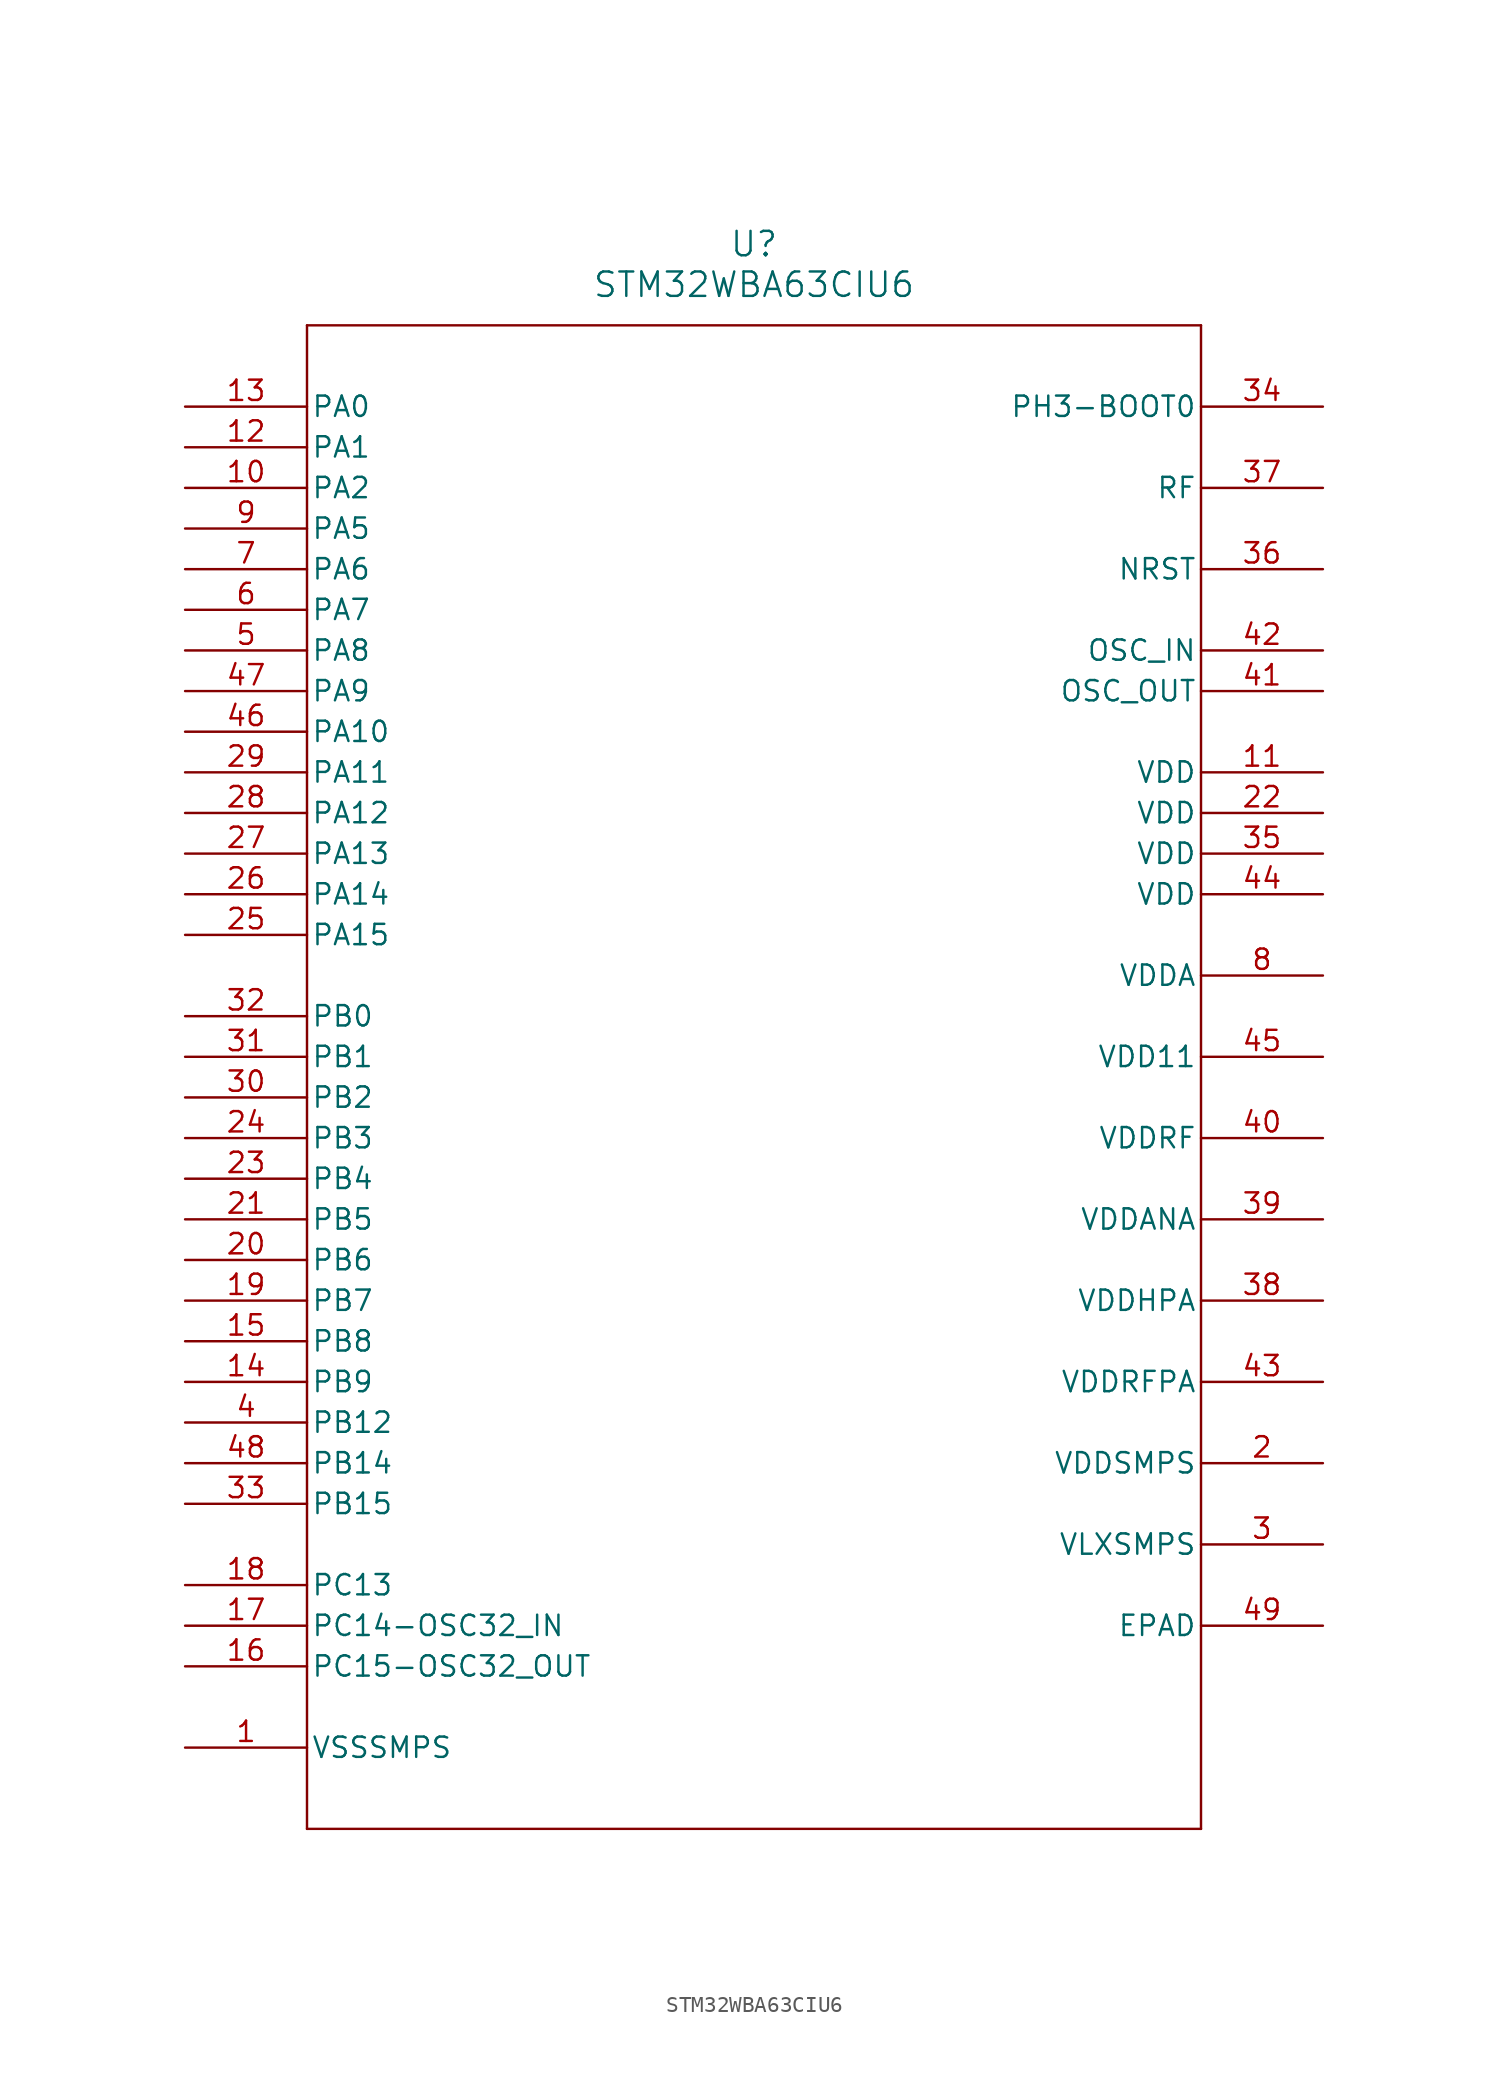
<source format=kicad_sym>
(kicad_symbol_lib
  (version 20211014)
  (generator kicad_symbol_editor)
  (symbol "STM32WBA63CIU6"
    (pin_names
      (offset 0.254))
    (property "Reference" "U"
      (at 35.56 10.16 0)
      (effects (font (size 1.524 1.524))))
    (property "Value" "STM32WBA63CIU6"
      (at 35.56 7.62 0)
      (effects (font (size 1.524 1.524))))
    (symbol "STM32WBA63CIU6_0_1"
      (polyline (pts (xy 7.62 5.08) (xy 7.62 -88.9)) (stroke (width 0) (type default) (color 0 0 0 0)) (fill (type none)))
      (polyline (pts (xy 7.62 -88.9) (xy 63.5 -88.9)) (stroke (width 0) (type default) (color 0 0 0 0)) (fill (type none)))
      (polyline (pts (xy 63.5 -88.9) (xy 63.5 5.08)) (stroke (width 0) (type default) (color 0 0 0 0)) (fill (type none)))
      (polyline (pts (xy 63.5 5.08) (xy 7.62 5.08)) (stroke (width 0) (type default) (color 0 0 0 0)) (fill (type none)))
      (pin power_in line (at 0 -83.82 0) (length 7.62) (name "VSSSMPS" (effects (font (size 1.27 1.27)))) (number "1" (effects (font (size 1.27 1.27)))))
      (pin power_in line (at 71.12 -66.04 180) (length 7.62) (name "VDDSMPS" (effects (font (size 1.27 1.27)))) (number "2" (effects (font (size 1.27 1.27)))))
      (pin power_in line (at 71.12 -71.12 180) (length 7.62) (name "VLXSMPS" (effects (font (size 1.27 1.27)))) (number "3" (effects (font (size 1.27 1.27)))))
      (pin bidirectional line (at 0 -63.5 0) (length 7.62) (name "PB12" (effects (font (size 1.27 1.27)))) (number "4" (effects (font (size 1.27 1.27)))))
      (pin bidirectional line (at 0 -15.24 0) (length 7.62) (name "PA8" (effects (font (size 1.27 1.27)))) (number "5" (effects (font (size 1.27 1.27)))))
      (pin bidirectional line (at 0 -12.7 0) (length 7.62) (name "PA7" (effects (font (size 1.27 1.27)))) (number "6" (effects (font (size 1.27 1.27)))))
      (pin bidirectional line (at 0 -10.16 0) (length 7.62) (name "PA6" (effects (font (size 1.27 1.27)))) (number "7" (effects (font (size 1.27 1.27)))))
      (pin power_in line (at 71.12 -35.56 180) (length 7.62) (name "VDDA" (effects (font (size 1.27 1.27)))) (number "8" (effects (font (size 1.27 1.27)))))
      (pin bidirectional line (at 0 -7.62 0) (length 7.62) (name "PA5" (effects (font (size 1.27 1.27)))) (number "9" (effects (font (size 1.27 1.27)))))
      (pin bidirectional line (at 0 -5.08 0) (length 7.62) (name "PA2" (effects (font (size 1.27 1.27)))) (number "10" (effects (font (size 1.27 1.27)))))
      (pin power_in line (at 71.12 -22.86 180) (length 7.62) (name "VDD" (effects (font (size 1.27 1.27)))) (number "11" (effects (font (size 1.27 1.27)))))
      (pin bidirectional line (at 0 -2.54 0) (length 7.62) (name "PA1" (effects (font (size 1.27 1.27)))) (number "12" (effects (font (size 1.27 1.27)))))
      (pin bidirectional line (at 0 0 0) (length 7.62) (name "PA0" (effects (font (size 1.27 1.27)))) (number "13" (effects (font (size 1.27 1.27)))))
      (pin bidirectional line (at 0 -60.96 0) (length 7.62) (name "PB9" (effects (font (size 1.27 1.27)))) (number "14" (effects (font (size 1.27 1.27)))))
      (pin bidirectional line (at 0 -58.42 0) (length 7.62) (name "PB8" (effects (font (size 1.27 1.27)))) (number "15" (effects (font (size 1.27 1.27)))))
      (pin bidirectional line (at 0 -78.74 0) (length 7.62) (name "PC15-OSC32_OUT" (effects (font (size 1.27 1.27)))) (number "16" (effects (font (size 1.27 1.27)))))
      (pin bidirectional line (at 0 -76.2 0) (length 7.62) (name "PC14-OSC32_IN" (effects (font (size 1.27 1.27)))) (number "17" (effects (font (size 1.27 1.27)))))
      (pin bidirectional line (at 0 -73.66 0) (length 7.62) (name "PC13" (effects (font (size 1.27 1.27)))) (number "18" (effects (font (size 1.27 1.27)))))
      (pin bidirectional line (at 0 -55.88 0) (length 7.62) (name "PB7" (effects (font (size 1.27 1.27)))) (number "19" (effects (font (size 1.27 1.27)))))
      (pin bidirectional line (at 0 -53.34 0) (length 7.62) (name "PB6" (effects (font (size 1.27 1.27)))) (number "20" (effects (font (size 1.27 1.27)))))
      (pin bidirectional line (at 0 -50.8 0) (length 7.62) (name "PB5" (effects (font (size 1.27 1.27)))) (number "21" (effects (font (size 1.27 1.27)))))
      (pin power_in line (at 71.12 -25.4 180) (length 7.62) (name "VDD" (effects (font (size 1.27 1.27)))) (number "22" (effects (font (size 1.27 1.27)))))
      (pin bidirectional line (at 0 -48.26 0) (length 7.62) (name "PB4" (effects (font (size 1.27 1.27)))) (number "23" (effects (font (size 1.27 1.27)))))
      (pin bidirectional line (at 0 -45.72 0) (length 7.62) (name "PB3" (effects (font (size 1.27 1.27)))) (number "24" (effects (font (size 1.27 1.27)))))
      (pin bidirectional line (at 0 -33.02 0) (length 7.62) (name "PA15" (effects (font (size 1.27 1.27)))) (number "25" (effects (font (size 1.27 1.27)))))
      (pin bidirectional line (at 0 -30.48 0) (length 7.62) (name "PA14" (effects (font (size 1.27 1.27)))) (number "26" (effects (font (size 1.27 1.27)))))
      (pin bidirectional line (at 0 -27.94 0) (length 7.62) (name "PA13" (effects (font (size 1.27 1.27)))) (number "27" (effects (font (size 1.27 1.27)))))
      (pin bidirectional line (at 0 -25.4 0) (length 7.62) (name "PA12" (effects (font (size 1.27 1.27)))) (number "28" (effects (font (size 1.27 1.27)))))
      (pin bidirectional line (at 0 -22.86 0) (length 7.62) (name "PA11" (effects (font (size 1.27 1.27)))) (number "29" (effects (font (size 1.27 1.27)))))
      (pin bidirectional line (at 0 -43.18 0) (length 7.62) (name "PB2" (effects (font (size 1.27 1.27)))) (number "30" (effects (font (size 1.27 1.27)))))
      (pin bidirectional line (at 0 -40.64 0) (length 7.62) (name "PB1" (effects (font (size 1.27 1.27)))) (number "31" (effects (font (size 1.27 1.27)))))
      (pin bidirectional line (at 0 -38.1 0) (length 7.62) (name "PB0" (effects (font (size 1.27 1.27)))) (number "32" (effects (font (size 1.27 1.27)))))
      (pin bidirectional line (at 0 -68.58 0) (length 7.62) (name "PB15" (effects (font (size 1.27 1.27)))) (number "33" (effects (font (size 1.27 1.27)))))
      (pin bidirectional line (at 71.12 0 180) (length 7.62) (name "PH3-BOOT0" (effects (font (size 1.27 1.27)))) (number "34" (effects (font (size 1.27 1.27)))))
      (pin power_in line (at 71.12 -27.94 180) (length 7.62) (name "VDD" (effects (font (size 1.27 1.27)))) (number "35" (effects (font (size 1.27 1.27)))))
      (pin bidirectional line (at 71.12 -10.16 180) (length 7.62) (name "NRST" (effects (font (size 1.27 1.27)))) (number "36" (effects (font (size 1.27 1.27)))))
      (pin bidirectional line (at 71.12 -5.08 180) (length 7.62) (name "RF" (effects (font (size 1.27 1.27)))) (number "37" (effects (font (size 1.27 1.27)))))
      (pin power_in line (at 71.12 -55.88 180) (length 7.62) (name "VDDHPA" (effects (font (size 1.27 1.27)))) (number "38" (effects (font (size 1.27 1.27)))))
      (pin power_in line (at 71.12 -50.8 180) (length 7.62) (name "VDDANA" (effects (font (size 1.27 1.27)))) (number "39" (effects (font (size 1.27 1.27)))))
      (pin power_in line (at 71.12 -45.72 180) (length 7.62) (name "VDDRF" (effects (font (size 1.27 1.27)))) (number "40" (effects (font (size 1.27 1.27)))))
      (pin output line (at 71.12 -17.78 180) (length 7.62) (name "OSC_OUT" (effects (font (size 1.27 1.27)))) (number "41" (effects (font (size 1.27 1.27)))))
      (pin input line (at 71.12 -15.24 180) (length 7.62) (name "OSC_IN" (effects (font (size 1.27 1.27)))) (number "42" (effects (font (size 1.27 1.27)))))
      (pin power_in line (at 71.12 -60.96 180) (length 7.62) (name "VDDRFPA" (effects (font (size 1.27 1.27)))) (number "43" (effects (font (size 1.27 1.27)))))
      (pin power_in line (at 71.12 -30.48 180) (length 7.62) (name "VDD" (effects (font (size 1.27 1.27)))) (number "44" (effects (font (size 1.27 1.27)))))
      (pin power_in line (at 71.12 -40.64 180) (length 7.62) (name "VDD11" (effects (font (size 1.27 1.27)))) (number "45" (effects (font (size 1.27 1.27)))))
      (pin bidirectional line (at 0 -20.32 0) (length 7.62) (name "PA10" (effects (font (size 1.27 1.27)))) (number "46" (effects (font (size 1.27 1.27)))))
      (pin bidirectional line (at 0 -17.78 0) (length 7.62) (name "PA9" (effects (font (size 1.27 1.27)))) (number "47" (effects (font (size 1.27 1.27)))))
      (pin bidirectional line (at 0 -66.04 0) (length 7.62) (name "PB14" (effects (font (size 1.27 1.27)))) (number "48" (effects (font (size 1.27 1.27)))))
      (pin unspecified line (at 71.12 -76.2 180) (length 7.62) (name "EPAD" (effects (font (size 1.27 1.27)))) (number "49" (effects (font (size 1.27 1.27))))))))
</source>
